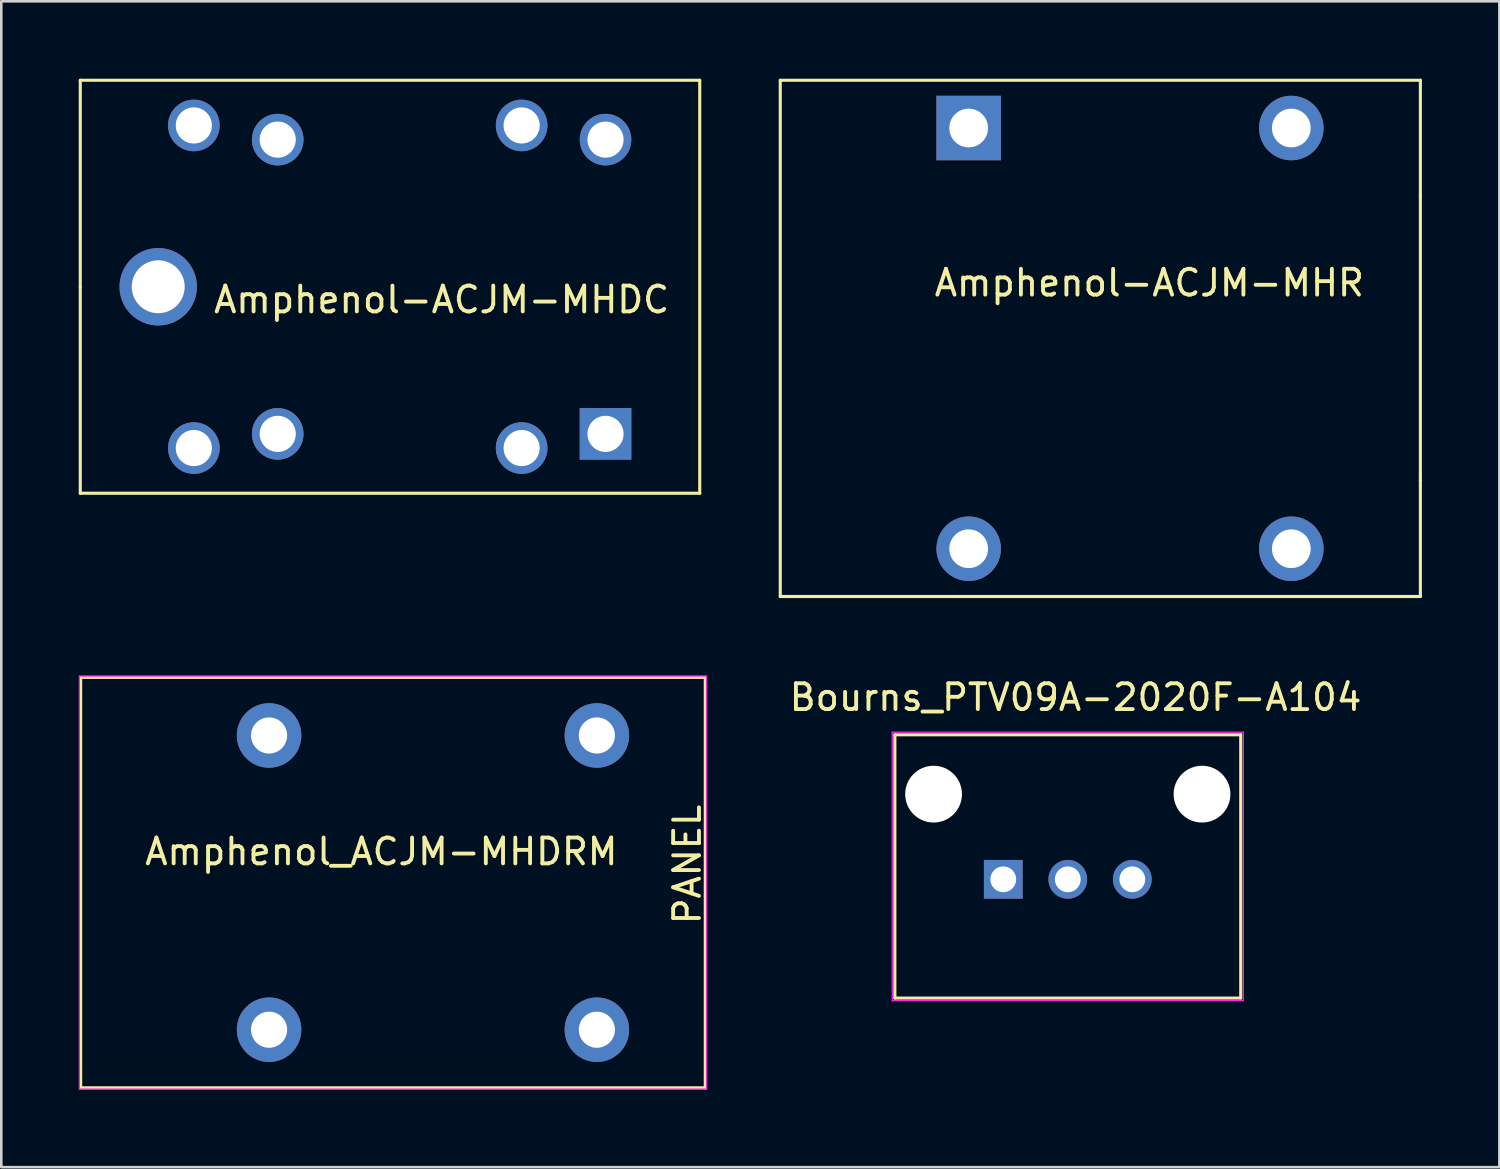
<source format=kicad_pcb>
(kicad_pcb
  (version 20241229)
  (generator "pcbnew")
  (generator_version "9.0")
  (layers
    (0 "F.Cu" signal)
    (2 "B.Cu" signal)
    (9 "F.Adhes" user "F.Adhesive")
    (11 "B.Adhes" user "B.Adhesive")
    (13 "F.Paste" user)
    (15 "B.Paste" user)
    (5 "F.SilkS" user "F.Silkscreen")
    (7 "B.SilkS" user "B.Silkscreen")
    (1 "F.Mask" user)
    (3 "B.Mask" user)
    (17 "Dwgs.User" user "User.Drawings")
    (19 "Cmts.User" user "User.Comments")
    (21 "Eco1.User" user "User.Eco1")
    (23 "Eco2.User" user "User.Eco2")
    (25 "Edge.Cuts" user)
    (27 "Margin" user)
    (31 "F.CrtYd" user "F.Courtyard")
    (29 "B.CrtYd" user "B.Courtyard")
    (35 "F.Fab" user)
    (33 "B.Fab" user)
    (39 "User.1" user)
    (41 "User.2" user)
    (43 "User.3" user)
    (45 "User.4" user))
  (footprint "Amphenol-ACJM-MHDC"
    (layer "F.Cu")
    (at 14.06 8.06)
    (property "Reference" "Amphenol-ACJM-MHDC" (at 0 0.5 0) (layer "F.SilkS") (effects (font (size 1 1) (thickness 0.15))))
    (attr through_hole)
    (fp_line (start -14 -8) (end 10 -8) (stroke (width 0.12) (type solid)) (layer "F.SilkS"))
    (fp_line (start -14 0) (end -14 -8) (stroke (width 0.12) (type solid)) (layer "F.SilkS"))
    (fp_line (start -14 8) (end -14 0) (stroke (width 0.12) (type solid)) (layer "F.SilkS"))
    (fp_line (start 10 -8) (end 10 8) (stroke (width 0.12) (type solid)) (layer "F.SilkS"))
    (fp_line (start 10 8) (end -14 8) (stroke (width 0.12) (type solid)) (layer "F.SilkS"))
    (pad "1" thru_hole rect (at 6.35 5.7) (size 2 2) (drill 1.4) (layers "*.Cu" "*.Mask"))
    (pad "3" thru_hole circle (at -6.35 5.7) (size 2 2) (drill 1.4) (layers "*.Cu" "*.Mask"))
    (pad "4" thru_hole circle (at 6.35 -5.7) (size 2 2) (drill 1.4) (layers "*.Cu" "*.Mask"))
    (pad "6" thru_hole circle (at -6.35 -5.7) (size 2 2) (drill 1.4) (layers "*.Cu" "*.Mask"))
    (pad "7" thru_hole circle (at 3.1 6.25) (size 2 2) (drill 1.4) (layers "*.Cu" "*.Mask"))
    (pad "9" thru_hole circle (at -9.6 6.25) (size 2 2) (drill 1.4) (layers "*.Cu" "*.Mask"))
    (pad "10" thru_hole circle (at 3.1 -6.25) (size 2 2) (drill 1.4) (layers "*.Cu" "*.Mask"))
    (pad "12" thru_hole circle (at -9.6 -6.25) (size 2 2) (drill 1.4) (layers "*.Cu" "*.Mask"))
    (pad "13" thru_hole circle (at -10.98 0) (size 3 3) (drill 2.05) (layers "*.Cu" "*.Mask")))
  (footprint "Bourns_PTV09A-2020F-A104"
    (layer "F.Cu")
    (at 38.32 27.718)
    (property "Reference" "Bourns_PTV09A-2020F-A104" (at 0.3 -3.75 0) (layer "F.SilkS") (effects (font (size 1 1) (thickness 0.15))))
    (attr through_hole)
    (fp_line (start -6.7 -2.3) (end -6.7 7.9) (stroke (width 0.12) (type solid)) (layer "F.SilkS"))
    (fp_line (start -6.7 7.9) (end 6.7 7.9) (stroke (width 0.12) (type solid)) (layer "F.SilkS"))
    (fp_line (start 6.7 -2.3) (end -6.7 -2.3) (stroke (width 0.12) (type solid)) (layer "F.SilkS"))
    (fp_line (start 6.7 7.9) (end 6.7 -2.3) (stroke (width 0.12) (type solid)) (layer "F.SilkS"))
    (fp_line (start -6.8 -2.4) (end 6.8 -2.4) (stroke (width 0.05) (type solid)) (layer "F.CrtYd"))
    (fp_line (start -6.8 8) (end -6.8 -2.4) (stroke (width 0.05) (type solid)) (layer "F.CrtYd"))
    (fp_line (start -6.8 8) (end 6.8 8) (stroke (width 0.05) (type solid)) (layer "F.CrtYd"))
    (fp_line (start 6.8 -2.4) (end 6.8 8) (stroke (width 0.05) (type solid)) (layer "F.CrtYd"))
    (pad "" np_thru_hole circle (at -5.2 0) (size 2.2 2.2) (drill 2.2) (layers "*.Cu" "*.Mask"))
    (pad "" np_thru_hole circle (at 5.2 0) (size 2.2 2.2) (drill 2.2) (layers "*.Cu" "*.Mask"))
    (pad "1" thru_hole rect (at -2.5 3.3) (size 1.5 1.5) (drill 1) (layers "*.Cu" "*.Mask"))
    (pad "2" thru_hole circle (at 0 3.3) (size 1.5 1.5) (drill 1) (layers "*.Cu" "*.Mask"))
    (pad "3" thru_hole circle (at 2.5 3.3) (size 1.5 1.5) (drill 1) (layers "*.Cu" "*.Mask")))
  (footprint "Amphenol-ACJM-MHR"
    (layer "F.Cu")
    (at 34.48 1.91)
    (property "Reference" "Amphenol-ACJM-MHR" (at 7 6 0) (layer "F.SilkS") (effects (font (size 1 1) (thickness 0.15))))
    (attr through_hole)
    (fp_line (start -7.3 -1.85) (end -7.3 18.15) (stroke (width 0.12) (type solid)) (layer "F.SilkS"))
    (fp_line (start -7.3 -1.85) (end 17.5 -1.85) (stroke (width 0.12) (type solid)) (layer "F.SilkS"))
    (fp_line (start -7.3 18.15) (end 17.5 18.15) (stroke (width 0.12) (type solid)) (layer "F.SilkS"))
    (fp_line (start 17.5 -1.85) (end 17.5 2.65) (stroke (width 0.12) (type solid)) (layer "F.SilkS"))
    (fp_line (start 17.5 2.65) (end 17.5 13.65) (stroke (width 0.12) (type solid)) (layer "F.SilkS"))
    (fp_line (start 17.5 18.15) (end 17.5 13.65) (stroke (width 0.12) (type solid)) (layer "F.SilkS"))
    (pad "S" thru_hole circle (at 12.5 0) (size 2.5 2.5) (drill 1.5) (layers "*.Cu" "*.Mask"))
    (pad "SN" thru_hole circle (at 12.5 16.3) (size 2.5 2.5) (drill 1.5) (layers "*.Cu" "*.Mask"))
    (pad "T" thru_hole rect (at 0 0) (size 2.5 2.5) (drill 1.5) (layers "*.Cu" "*.Mask"))
    (pad "TN" thru_hole circle (at 0 16.3) (size 2.5 2.5) (drill 1.5) (layers "*.Cu" "*.Mask")))
  (footprint "Amphenol_ACJM-MHDRM"
    (layer "F.Cu")
    (at 20.075 36.845)
    (property "Reference" "Amphenol_ACJM-MHDRM" (at -8.35 -6.9 0) (layer "F.SilkS") (effects (font (size 1 1) (thickness 0.15))))
    (attr through_hole)
    (fp_line (start -20 -13.65) (end 4.2 -13.65) (stroke (width 0.12) (type solid)) (layer "F.SilkS"))
    (fp_line (start -20 2.25) (end -20 -13.65) (stroke (width 0.12) (type solid)) (layer "F.SilkS"))
    (fp_line (start 4.2 -13.65) (end 4.2 2.25) (stroke (width 0.12) (type solid)) (layer "F.SilkS"))
    (fp_line (start 4.2 2.25) (end -20 2.25) (stroke (width 0.12) (type solid)) (layer "F.SilkS"))
    (fp_line (start -20.05 -13.7) (end -20.05 2.3) (stroke (width 0.05) (type solid)) (layer "F.CrtYd"))
    (fp_line (start -20.05 -13.7) (end 4.25 -13.7) (stroke (width 0.05) (type solid)) (layer "F.CrtYd"))
    (fp_line (start -20.05 2.3) (end 4.25 2.3) (stroke (width 0.05) (type solid)) (layer "F.CrtYd"))
    (fp_line (start 4.25 -13.7) (end 4.25 2.3) (stroke (width 0.05) (type solid)) (layer "F.CrtYd"))
    (fp_text user "PANEL" (at 3.5 -6.4 90) (layer "F.SilkS") (effects (font (size 1 1) (thickness 0.15))))
    (pad "S" thru_hole circle (at 0 -11.4) (size 2.5 2.5) (drill 1.4) (layers "*.Cu" "*.Mask"))
    (pad "SN" thru_hole circle (at 0 0) (size 2.5 2.5) (drill 1.4) (layers "*.Cu" "*.Mask"))
    (pad "T" thru_hole circle (at -12.7 -11.4) (size 2.5 2.5) (drill 1.4) (layers "*.Cu" "*.Mask"))
    (pad "TN" thru_hole circle (at -12.7 0) (size 2.5 2.5) (drill 1.4) (layers "*.Cu" "*.Mask")))
  (gr_rect
    (start -3 -3)
    (end 55.04 42.17)
    (stroke (width 0.1) (type default))
    (fill no)
    (layer "Edge.Cuts")))
</source>
